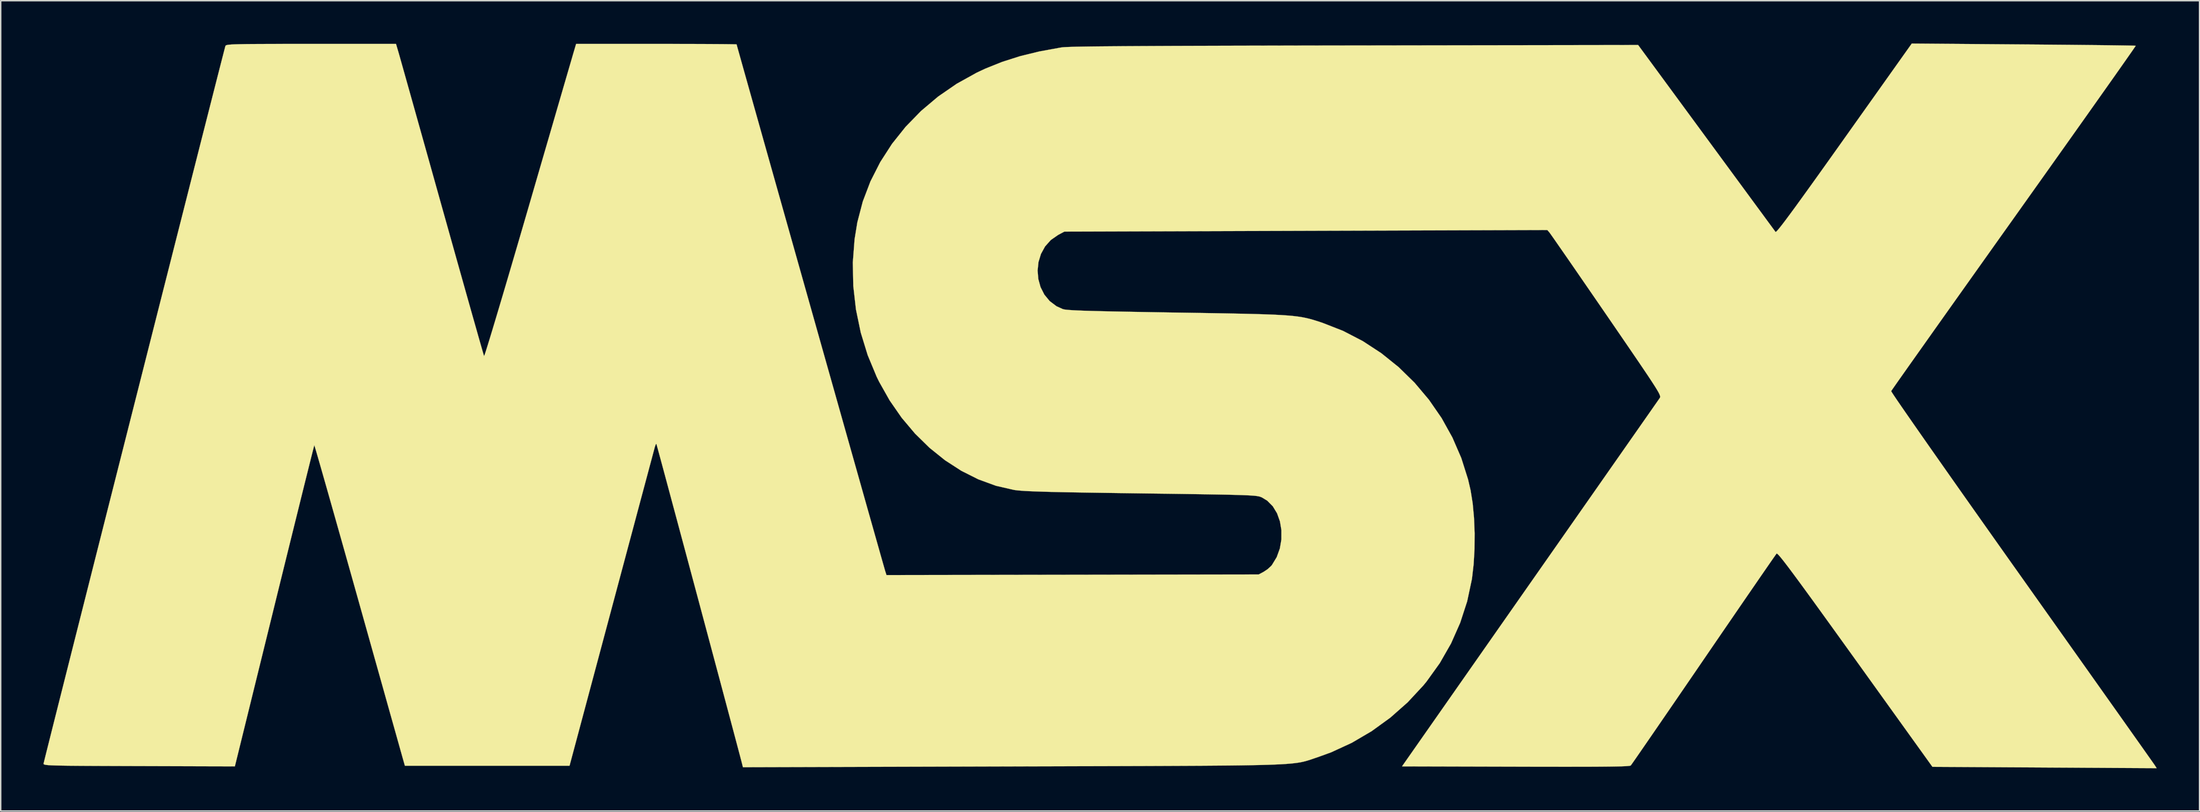
<source format=kicad_pcb>
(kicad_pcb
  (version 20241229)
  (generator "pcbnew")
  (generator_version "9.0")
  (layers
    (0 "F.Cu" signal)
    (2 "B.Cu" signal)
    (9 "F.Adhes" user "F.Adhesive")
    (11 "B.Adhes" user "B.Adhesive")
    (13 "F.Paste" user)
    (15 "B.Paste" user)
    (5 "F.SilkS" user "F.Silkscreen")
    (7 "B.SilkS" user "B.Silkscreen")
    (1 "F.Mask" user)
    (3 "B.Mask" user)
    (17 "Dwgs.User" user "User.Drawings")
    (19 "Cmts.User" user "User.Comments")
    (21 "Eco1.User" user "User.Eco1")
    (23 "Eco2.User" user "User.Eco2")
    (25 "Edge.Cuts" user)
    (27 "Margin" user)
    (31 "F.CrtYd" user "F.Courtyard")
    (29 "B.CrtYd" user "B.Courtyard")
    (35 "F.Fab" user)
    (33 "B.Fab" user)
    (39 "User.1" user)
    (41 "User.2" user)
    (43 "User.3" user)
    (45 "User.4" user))
  (footprint "LOGO"
    (layer "F.Cu")
    (at 73.496 25.515)
    (property "Reference" "LOGO" (at 0 0 0) (layer "F.SilkS") (effects (font (size 1.524 1.524) (thickness 0.3))))
    (attr through_hole)
    (fp_poly (pts (xy 65.358 -25.448) (xy 66.494 -25.439) (xy 67.582 -25.429) (xy 68.609 -25.42) (xy 69.564 -25.41) (xy 70.435 -25.401) (xy 71.209 -25.392) (xy 71.875 -25.383) (xy 72.421 -25.375) (xy 72.835 -25.368) (xy 73.106 -25.361) (xy 73.222 -25.356) (xy 73.225 -25.355) (xy 73.18 -25.284) (xy 73.042 -25.082) (xy 72.815 -24.756) (xy 72.505 -24.313) (xy 72.117 -23.761) (xy 71.655 -23.105) (xy 71.124 -22.354) (xy 70.53 -21.514) (xy 69.878 -20.592) (xy 69.171 -19.595) (xy 68.416 -18.53) (xy 67.617 -17.405) (xy 66.78 -16.226) (xy 65.908 -15) (xy 65.008 -13.734) (xy 64.687 -13.282) (xy 63.776 -12.003) (xy 62.893 -10.76) (xy 62.04 -9.56) (xy 61.224 -8.412) (xy 60.449 -7.321) (xy 59.721 -6.295) (xy 59.044 -5.341) (xy 58.424 -4.465) (xy 57.865 -3.676) (xy 57.372 -2.98) (xy 56.951 -2.384) (xy 56.607 -1.896) (xy 56.344 -1.521) (xy 56.168 -1.268) (xy 56.083 -1.144) (xy 56.076 -1.132) (xy 56.12 -1.053) (xy 56.257 -0.843) (xy 56.483 -0.508) (xy 56.793 -0.056) (xy 57.182 0.507) (xy 57.645 1.173) (xy 58.178 1.937) (xy 58.775 2.791) (xy 59.433 3.728) (xy 60.145 4.742) (xy 60.908 5.826) (xy 61.717 6.973) (xy 62.566 8.175) (xy 63.452 9.428) (xy 64.368 10.722) (xy 65.213 11.913) (xy 66.156 13.243) (xy 67.074 14.537) (xy 67.962 15.789) (xy 68.815 16.992) (xy 69.629 18.139) (xy 70.397 19.223) (xy 71.116 20.238) (xy 71.781 21.175) (xy 72.386 22.029) (xy 72.926 22.793) (xy 73.398 23.459) (xy 73.795 24.02) (xy 74.113 24.471) (xy 74.348 24.803) (xy 74.493 25.01) (xy 74.544 25.082) (xy 74.695 25.315) (xy 71.363 25.295) (xy 70.576 25.29) (xy 69.656 25.285) (xy 68.636 25.278) (xy 67.553 25.272) (xy 66.441 25.265) (xy 65.335 25.258) (xy 64.271 25.252) (xy 63.5 25.247) (xy 58.97 25.22) (xy 53.559 17.686) (xy 52.686 16.472) (xy 51.906 15.389) (xy 51.215 14.431) (xy 50.608 13.591) (xy 50.078 12.863) (xy 49.623 12.241) (xy 49.236 11.717) (xy 48.914 11.285) (xy 48.65 10.938) (xy 48.441 10.671) (xy 48.28 10.475) (xy 48.165 10.346) (xy 48.088 10.276) (xy 48.047 10.258) (xy 48.041 10.262) (xy 47.98 10.345) (xy 47.829 10.56) (xy 47.596 10.895) (xy 47.287 11.342) (xy 46.907 11.892) (xy 46.465 12.535) (xy 45.965 13.261) (xy 45.415 14.062) (xy 44.821 14.929) (xy 44.188 15.851) (xy 43.525 16.82) (xy 42.926 17.695) (xy 42.241 18.697) (xy 41.581 19.66) (xy 40.954 20.576) (xy 40.365 21.434) (xy 39.821 22.226) (xy 39.329 22.942) (xy 38.894 23.573) (xy 38.524 24.11) (xy 38.225 24.543) (xy 38.002 24.863) (xy 37.863 25.06) (xy 37.815 25.125) (xy 37.765 25.144) (xy 37.647 25.16) (xy 37.454 25.174) (xy 37.176 25.186) (xy 36.804 25.195) (xy 36.33 25.203) (xy 35.746 25.209) (xy 35.042 25.213) (xy 34.211 25.215) (xy 33.243 25.216) (xy 32.129 25.215) (xy 30.862 25.213) (xy 29.743 25.21) (xy 21.774 25.188) (xy 30.75 12.361) (xy 31.678 11.035) (xy 32.581 9.745) (xy 33.454 8.497) (xy 34.291 7.3) (xy 35.09 6.159) (xy 35.843 5.082) (xy 36.547 4.075) (xy 37.197 3.146) (xy 37.787 2.302) (xy 38.314 1.549) (xy 38.771 0.895) (xy 39.155 0.346) (xy 39.459 -0.09) (xy 39.681 -0.407) (xy 39.813 -0.598) (xy 39.852 -0.654) (xy 39.872 -0.692) (xy 39.878 -0.742) (xy 39.865 -0.812) (xy 39.827 -0.911) (xy 39.758 -1.049) (xy 39.651 -1.234) (xy 39.501 -1.477) (xy 39.302 -1.786) (xy 39.048 -2.171) (xy 38.732 -2.641) (xy 38.35 -3.206) (xy 37.895 -3.873) (xy 37.361 -4.654) (xy 36.743 -5.556) (xy 36.12 -6.464) (xy 35.517 -7.341) (xy 34.939 -8.181) (xy 34.394 -8.972) (xy 33.89 -9.704) (xy 33.433 -10.366) (xy 33.031 -10.946) (xy 32.692 -11.434) (xy 32.424 -11.82) (xy 32.233 -12.091) (xy 32.128 -12.238) (xy 32.111 -12.259) (xy 31.962 -12.433) (xy 15.028 -12.376) (xy -1.905 -12.319) (xy -2.336 -12.091) (xy -2.855 -11.732) (xy -3.258 -11.279) (xy -3.546 -10.755) (xy -3.72 -10.185) (xy -3.782 -9.591) (xy -3.733 -8.997) (xy -3.575 -8.426) (xy -3.309 -7.901) (xy -2.936 -7.447) (xy -2.458 -7.086) (xy -2.02 -6.887) (xy -1.93 -6.864) (xy -1.789 -6.843) (xy -1.588 -6.824) (xy -1.317 -6.806) (xy -0.965 -6.788) (xy -0.523 -6.771) (xy 0.019 -6.755) (xy 0.67 -6.738) (xy 1.442 -6.721) (xy 2.342 -6.703) (xy 3.383 -6.684) (xy 4.572 -6.663) (xy 5.921 -6.641) (xy 5.965 -6.64) (xy 7.349 -6.618) (xy 8.576 -6.598) (xy 9.657 -6.578) (xy 10.604 -6.559) (xy 11.429 -6.539) (xy 12.144 -6.518) (xy 12.76 -6.495) (xy 13.29 -6.468) (xy 13.744 -6.437) (xy 14.136 -6.402) (xy 14.476 -6.361) (xy 14.777 -6.314) (xy 15.05 -6.26) (xy 15.308 -6.197) (xy 15.561 -6.126) (xy 15.822 -6.045) (xy 16.102 -5.953) (xy 16.187 -5.925) (xy 17.639 -5.357) (xy 19.021 -4.641) (xy 20.324 -3.789) (xy 21.539 -2.812) (xy 22.654 -1.721) (xy 23.661 -0.527) (xy 24.549 0.758) (xy 25.308 2.125) (xy 25.93 3.56) (xy 26.403 5.054) (xy 26.584 5.833) (xy 26.728 6.736) (xy 26.822 7.753) (xy 26.866 8.834) (xy 26.858 9.932) (xy 26.797 10.998) (xy 26.684 11.982) (xy 26.672 12.065) (xy 26.343 13.612) (xy 25.853 15.118) (xy 25.211 16.568) (xy 24.422 17.946) (xy 23.494 19.238) (xy 23.266 19.516) (xy 22.167 20.698) (xy 20.953 21.77) (xy 19.643 22.719) (xy 18.255 23.534) (xy 16.805 24.202) (xy 15.863 24.544) (xy 15.67 24.608) (xy 15.496 24.668) (xy 15.333 24.723) (xy 15.176 24.773) (xy 15.017 24.819) (xy 14.849 24.861) (xy 14.666 24.9) (xy 14.46 24.934) (xy 14.225 24.965) (xy 13.953 24.993) (xy 13.638 25.018) (xy 13.273 25.041) (xy 12.851 25.06) (xy 12.364 25.078) (xy 11.807 25.093) (xy 11.172 25.106) (xy 10.452 25.118) (xy 9.641 25.128) (xy 8.731 25.136) (xy 7.715 25.144) (xy 6.587 25.15) (xy 5.34 25.156) (xy 3.966 25.162) (xy 2.46 25.167) (xy 0.813 25.172) (xy -0.98 25.177) (xy -2.928 25.183) (xy -5.036 25.189) (xy -5.556 25.191) (xy -24.446 25.248) (xy -24.506 25.006) (xy -24.551 24.83) (xy -24.635 24.508) (xy -24.756 24.053) (xy -24.909 23.475) (xy -25.092 22.786) (xy -25.302 21.998) (xy -25.536 21.121) (xy -25.79 20.168) (xy -26.062 19.149) (xy -26.349 18.076) (xy -26.647 16.961) (xy -26.954 15.814) (xy -27.266 14.648) (xy -27.58 13.474) (xy -27.894 12.303) (xy -28.204 11.146) (xy -28.507 10.016) (xy -28.801 8.922) (xy -29.081 7.878) (xy -29.346 6.894) (xy -29.591 5.981) (xy -29.814 5.151) (xy -30.012 4.416) (xy -30.182 3.787) (xy -30.321 3.275) (xy -30.425 2.892) (xy -30.492 2.649) (xy -30.519 2.558) (xy -30.519 2.557) (xy -30.56 2.606) (xy -30.619 2.769) (xy -30.63 2.807) (xy -30.661 2.922) (xy -30.733 3.191) (xy -30.843 3.604) (xy -30.99 4.151) (xy -31.169 4.822) (xy -31.38 5.609) (xy -31.619 6.5) (xy -31.883 7.487) (xy -32.169 8.56) (xy -32.477 9.708) (xy -32.801 10.922) (xy -33.141 12.192) (xy -33.493 13.509) (xy -33.656 14.118) (xy -36.606 25.146) (xy -48.152 25.146) (xy -48.278 24.701) (xy -48.316 24.567) (xy -48.397 24.279) (xy -48.518 23.848) (xy -48.676 23.284) (xy -48.869 22.597) (xy -49.094 21.797) (xy -49.348 20.894) (xy -49.627 19.897) (xy -49.93 18.818) (xy -50.254 17.666) (xy -50.595 16.451) (xy -50.951 15.183) (xy -51.319 13.872) (xy -51.439 13.444) (xy -51.808 12.131) (xy -52.165 10.864) (xy -52.506 9.652) (xy -52.83 8.506) (xy -53.133 7.434) (xy -53.413 6.446) (xy -53.667 5.551) (xy -53.893 4.759) (xy -54.087 4.079) (xy -54.248 3.521) (xy -54.372 3.094) (xy -54.457 2.808) (xy -54.5 2.671) (xy -54.505 2.66) (xy -54.528 2.745) (xy -54.59 2.984) (xy -54.687 3.369) (xy -54.818 3.89) (xy -54.979 4.537) (xy -55.17 5.302) (xy -55.387 6.175) (xy -55.627 7.146) (xy -55.89 8.206) (xy -56.172 9.345) (xy -56.471 10.554) (xy -56.784 11.824) (xy -57.11 13.145) (xy -57.305 13.939) (xy -60.076 25.188) (xy -60.772 25.186) (xy -60.973 25.185) (xy -61.328 25.184) (xy -61.82 25.183) (xy -62.436 25.181) (xy -63.158 25.179) (xy -63.971 25.176) (xy -64.86 25.173) (xy -65.809 25.17) (xy -66.803 25.167) (xy -67.479 25.165) (xy -68.635 25.161) (xy -69.634 25.157) (xy -70.485 25.153) (xy -71.202 25.148) (xy -71.796 25.142) (xy -72.278 25.134) (xy -72.66 25.125) (xy -72.953 25.114) (xy -73.168 25.101) (xy -73.318 25.085) (xy -73.414 25.066) (xy -73.466 25.044) (xy -73.488 25.018) (xy -73.491 25.001) (xy -73.47 24.912) (xy -73.41 24.667) (xy -73.312 24.273) (xy -73.178 23.738) (xy -73.01 23.07) (xy -72.811 22.276) (xy -72.581 21.364) (xy -72.323 20.341) (xy -72.039 19.216) (xy -71.731 17.996) (xy -71.401 16.688) (xy -71.05 15.301) (xy -70.681 13.841) (xy -70.296 12.318) (xy -69.897 10.737) (xy -69.484 9.108) (xy -69.062 7.438) (xy -68.63 5.733) (xy -68.192 4.003) (xy -67.749 2.255) (xy -67.304 0.496) (xy -66.857 -1.266) (xy -66.412 -3.023) (xy -65.97 -4.768) (xy -65.533 -6.492) (xy -65.103 -8.189) (xy -64.681 -9.85) (xy -64.271 -11.468) (xy -63.873 -13.035) (xy -63.49 -14.544) (xy -63.124 -15.987) (xy -62.776 -17.355) (xy -62.449 -18.643) (xy -62.144 -19.84) (xy -61.864 -20.941) (xy -61.61 -21.938) (xy -61.385 -22.822) (xy -61.19 -23.586) (xy -61.027 -24.223) (xy -60.898 -24.724) (xy -60.806 -25.083) (xy -60.751 -25.291) (xy -60.738 -25.337) (xy -60.722 -25.365) (xy -60.684 -25.39) (xy -60.612 -25.411) (xy -60.495 -25.429) (xy -60.321 -25.443) (xy -60.079 -25.455) (xy -59.756 -25.464) (xy -59.341 -25.472) (xy -58.823 -25.477) (xy -58.189 -25.48) (xy -57.428 -25.483) (xy -56.529 -25.484) (xy -55.479 -25.485) (xy -54.735 -25.485) (xy -48.775 -25.485) (xy -48.607 -24.913) (xy -48.563 -24.761) (xy -48.477 -24.456) (xy -48.351 -24.009) (xy -48.188 -23.43) (xy -47.991 -22.729) (xy -47.763 -21.918) (xy -47.507 -21.006) (xy -47.226 -20.004) (xy -46.922 -18.923) (xy -46.599 -17.772) (xy -46.26 -16.563) (xy -45.908 -15.305) (xy -45.546 -14.012) (xy -45.185 -12.727) (xy -44.837 -11.486) (xy -44.504 -10.299) (xy -44.188 -9.177) (xy -43.893 -8.128) (xy -43.621 -7.164) (xy -43.375 -6.293) (xy -43.157 -5.526) (xy -42.972 -4.872) (xy -42.82 -4.341) (xy -42.706 -3.943) (xy -42.631 -3.688) (xy -42.599 -3.586) (xy -42.599 -3.585) (xy -42.569 -3.653) (xy -42.495 -3.873) (xy -42.38 -4.238) (xy -42.226 -4.736) (xy -42.036 -5.36) (xy -41.814 -6.099) (xy -41.562 -6.943) (xy -41.282 -7.884) (xy -40.978 -8.912) (xy -40.653 -10.017) (xy -40.309 -11.19) (xy -39.949 -12.421) (xy -39.576 -13.701) (xy -39.501 -13.957) (xy -39.123 -15.259) (xy -38.756 -16.522) (xy -38.403 -17.736) (xy -38.066 -18.892) (xy -37.75 -19.978) (xy -37.458 -20.985) (xy -37.191 -21.902) (xy -36.953 -22.72) (xy -36.747 -23.427) (xy -36.576 -24.013) (xy -36.443 -24.469) (xy -36.352 -24.784) (xy -36.304 -24.947) (xy -36.301 -24.956) (xy -36.145 -25.485) (xy -30.518 -25.485) (xy -29.559 -25.484) (xy -28.652 -25.483) (xy -27.81 -25.481) (xy -27.047 -25.478) (xy -26.378 -25.474) (xy -25.815 -25.47) (xy -25.374 -25.465) (xy -25.068 -25.46) (xy -24.911 -25.454) (xy -24.892 -25.452) (xy -24.869 -25.368) (xy -24.803 -25.13) (xy -24.696 -24.747) (xy -24.55 -24.227) (xy -24.369 -23.58) (xy -24.153 -22.814) (xy -23.907 -21.938) (xy -23.632 -20.962) (xy -23.331 -19.893) (xy -23.007 -18.741) (xy -22.661 -17.514) (xy -22.297 -16.222) (xy -21.917 -14.874) (xy -21.523 -13.477) (xy -21.118 -12.041) (xy -20.705 -10.575) (xy -20.285 -9.088) (xy -19.862 -7.589) (xy -19.438 -6.086) (xy -19.016 -4.588) (xy -18.597 -3.104) (xy -18.184 -1.643) (xy -17.781 -0.214) (xy -17.389 1.174) (xy -17.011 2.513) (xy -16.649 3.794) (xy -16.306 5.007) (xy -15.985 6.144) (xy -15.688 7.197) (xy -15.416 8.155) (xy -15.174 9.011) (xy -14.963 9.755) (xy -14.787 10.379) (xy -14.646 10.874) (xy -14.544 11.231) (xy -14.484 11.441) (xy -14.468 11.495) (xy -14.379 11.771) (xy -1.327 11.749) (xy 11.726 11.726) (xy 12.081 11.537) (xy 12.354 11.353) (xy 12.597 11.13) (xy 12.65 11.066) (xy 12.987 10.512) (xy 13.207 9.904) (xy 13.316 9.266) (xy 13.317 8.626) (xy 13.214 8.009) (xy 13.011 7.439) (xy 12.711 6.944) (xy 12.319 6.549) (xy 11.938 6.32) (xy 11.869 6.292) (xy 11.792 6.266) (xy 11.695 6.243) (xy 11.568 6.223) (xy 11.401 6.205) (xy 11.184 6.189) (xy 10.904 6.174) (xy 10.554 6.16) (xy 10.12 6.147) (xy 9.594 6.134) (xy 8.965 6.122) (xy 8.223 6.109) (xy 7.356 6.095) (xy 6.354 6.08) (xy 5.207 6.064) (xy 3.905 6.047) (xy 3.471 6.041) (xy 2.066 6.021) (xy 0.82 6.003) (xy -0.278 5.986) (xy -1.238 5.97) (xy -2.07 5.954) (xy -2.785 5.938) (xy -3.393 5.922) (xy -3.905 5.905) (xy -4.331 5.888) (xy -4.681 5.87) (xy -4.966 5.85) (xy -5.197 5.829) (xy -5.383 5.806) (xy -5.452 5.795) (xy -6.707 5.506) (xy -7.938 5.056) (xy -9.131 4.457) (xy -10.276 3.716) (xy -11.362 2.843) (xy -12.378 1.847) (xy -13.313 0.738) (xy -14.156 -0.477) (xy -14.895 -1.787) (xy -15.066 -2.135) (xy -15.697 -3.653) (xy -16.183 -5.235) (xy -16.52 -6.859) (xy -16.707 -8.506) (xy -16.74 -10.155) (xy -16.616 -11.785) (xy -16.423 -12.972) (xy -16.041 -14.434) (xy -15.503 -15.845) (xy -14.817 -17.195) (xy -13.992 -18.475) (xy -13.035 -19.674) (xy -11.955 -20.782) (xy -10.761 -21.79) (xy -9.459 -22.687) (xy -8.06 -23.464) (xy -7.451 -23.75) (xy -6.261 -24.227) (xy -5.009 -24.626) (xy -3.663 -24.955) (xy -2.191 -25.224) (xy -2.074 -25.242) (xy -1.955 -25.254) (xy -1.755 -25.265) (xy -1.471 -25.276) (xy -1.097 -25.286) (xy -0.628 -25.295) (xy -0.06 -25.304) (xy 0.614 -25.312) (xy 1.397 -25.319) (xy 2.295 -25.327) (xy 3.313 -25.333) (xy 4.455 -25.339) (xy 5.727 -25.345) (xy 7.134 -25.35) (xy 8.681 -25.355) (xy 10.373 -25.36) (xy 12.214 -25.364) (xy 14.21 -25.369) (xy 16.366 -25.373) (xy 18.468 -25.376) (xy 38.333 -25.407) (xy 43.106 -18.911) (xy 43.791 -17.979) (xy 44.448 -17.085) (xy 45.07 -16.238) (xy 45.651 -15.448) (xy 46.183 -14.724) (xy 46.659 -14.076) (xy 47.073 -13.514) (xy 47.416 -13.046) (xy 47.683 -12.684) (xy 47.866 -12.435) (xy 47.957 -12.311) (xy 47.966 -12.299) (xy 48.004 -12.309) (xy 48.086 -12.389) (xy 48.219 -12.543) (xy 48.406 -12.778) (xy 48.652 -13.1) (xy 48.961 -13.515) (xy 49.339 -14.029) (xy 49.788 -14.649) (xy 50.315 -15.38) (xy 50.924 -16.229) (xy 51.618 -17.202) (xy 52.403 -18.305) (xy 52.787 -18.846) (xy 57.521 -25.51) (xy 65.358 -25.448)) (stroke (width 0.01) (type solid)) (fill yes) (layer "F.SilkS")))
  (gr_rect
    (start -3 -3)
    (end 151.196 53.835)
    (stroke (width 0.1) (type default))
    (fill no)
    (layer "Edge.Cuts")))
</source>
